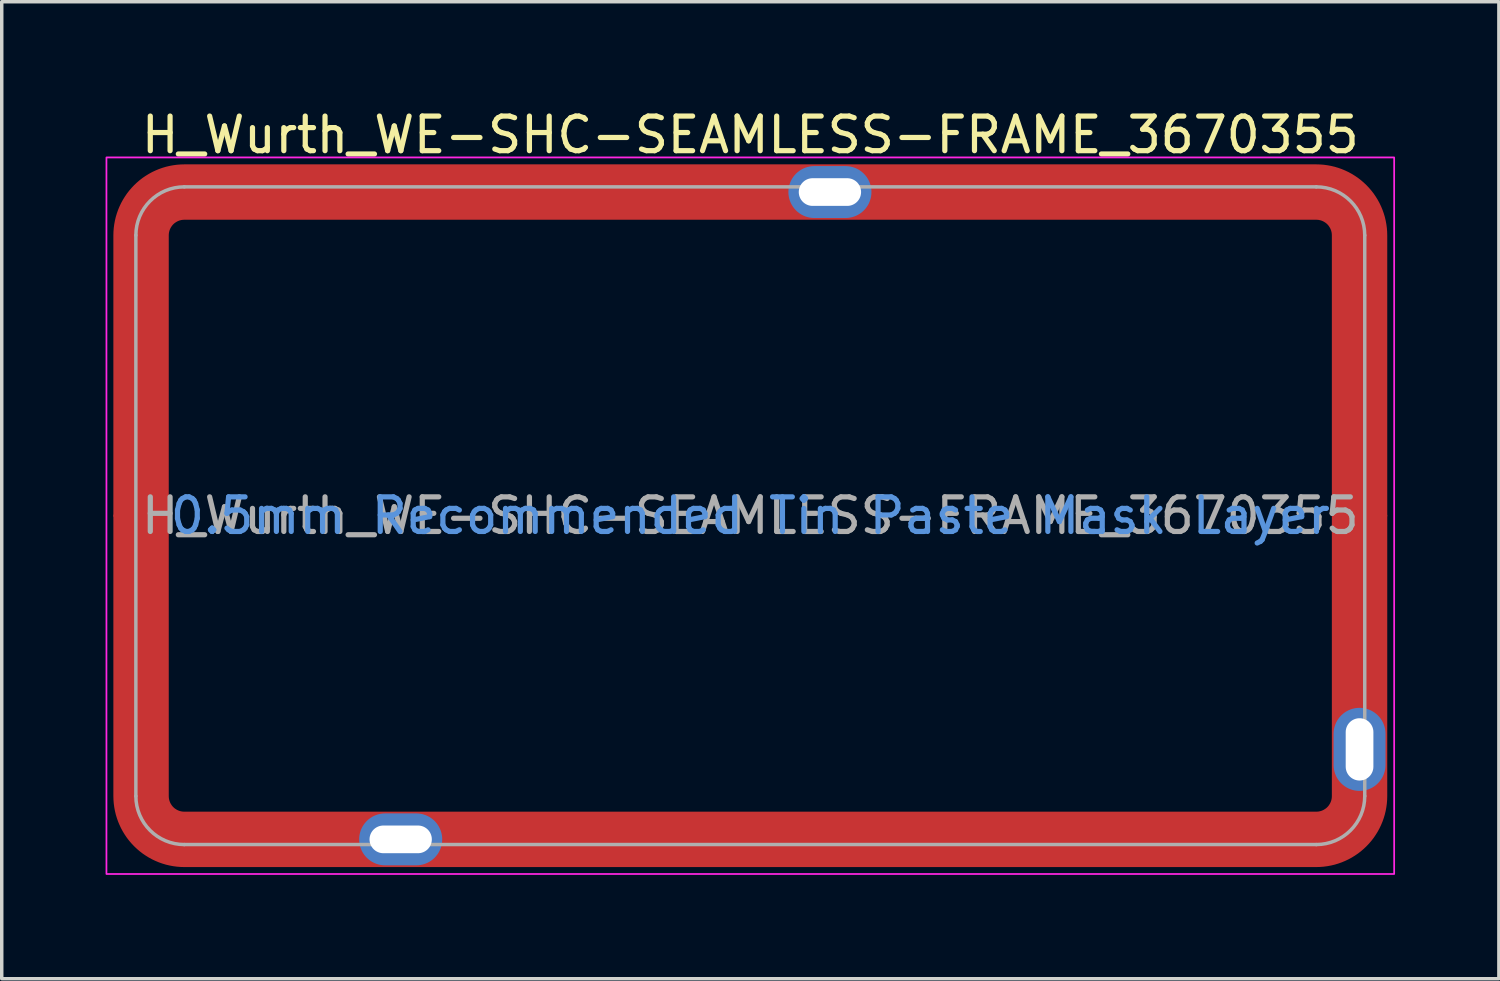
<source format=kicad_pcb>
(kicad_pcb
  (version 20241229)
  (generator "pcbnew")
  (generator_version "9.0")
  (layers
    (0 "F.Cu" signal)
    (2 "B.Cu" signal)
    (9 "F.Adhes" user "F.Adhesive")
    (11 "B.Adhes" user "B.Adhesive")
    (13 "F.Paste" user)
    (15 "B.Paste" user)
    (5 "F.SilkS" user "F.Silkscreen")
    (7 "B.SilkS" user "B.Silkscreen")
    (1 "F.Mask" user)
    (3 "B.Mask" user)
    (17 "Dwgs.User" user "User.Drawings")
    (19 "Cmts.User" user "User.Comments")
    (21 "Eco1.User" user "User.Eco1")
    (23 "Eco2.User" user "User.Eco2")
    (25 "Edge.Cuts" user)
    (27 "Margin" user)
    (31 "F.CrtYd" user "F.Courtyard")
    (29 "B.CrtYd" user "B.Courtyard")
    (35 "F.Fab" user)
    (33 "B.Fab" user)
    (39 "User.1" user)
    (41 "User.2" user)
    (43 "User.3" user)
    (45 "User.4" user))
  (footprint "H_Wurth_WE-SHC-SEAMLESS-FRAME_3670355"
    (layer "F.Cu")
    (at 18.625 11.848)
    (property "Reference" "H_Wurth_WE-SHC-SEAMLESS-FRAME_3670355" (at 0 -11 0) (unlocked yes) (layer "F.SilkS") (effects (font (size 1 1) (thickness 0.15))))
    (attr smd)
    (fp_poly (pts (xy -16.85 0.004) (xy -18.35 0.004) (xy -18.35 -8.1) (xy -18.347 -8.205) (xy -18.339 -8.309) (xy -18.325 -8.413) (xy -18.306 -8.516) (xy -18.282 -8.618) (xy -18.252 -8.718) (xy -18.217 -8.817) (xy -18.177 -8.913) (xy -18.132 -9.008) (xy -18.082 -9.1) (xy -18.027 -9.189) (xy -17.968 -9.276) (xy -17.904 -9.359) (xy -17.836 -9.438) (xy -17.764 -9.514) (xy -17.688 -9.586) (xy -17.609 -9.654) (xy -17.526 -9.718) (xy -17.439 -9.777) (xy -17.35 -9.832) (xy -17.258 -9.882) (xy -17.163 -9.927) (xy -17.067 -9.967) (xy -16.968 -10.002) (xy -16.868 -10.032) (xy -16.766 -10.056) (xy -16.663 -10.075) (xy -16.559 -10.089) (xy -16.455 -10.097) (xy -16.35 -10.1) (xy 16.35 -10.1) (xy 16.455 -10.097) (xy 16.559 -10.089) (xy 16.663 -10.075) (xy 16.766 -10.056) (xy 16.868 -10.032) (xy 16.968 -10.002) (xy 17.067 -9.967) (xy 17.163 -9.927) (xy 17.258 -9.882) (xy 17.35 -9.832) (xy 17.439 -9.777) (xy 17.526 -9.718) (xy 17.609 -9.654) (xy 17.688 -9.586) (xy 17.764 -9.514) (xy 17.836 -9.438) (xy 17.904 -9.359) (xy 17.968 -9.276) (xy 18.027 -9.189) (xy 18.082 -9.1) (xy 18.132 -9.008) (xy 18.177 -8.913) (xy 18.217 -8.817) (xy 18.252 -8.718) (xy 18.282 -8.618) (xy 18.306 -8.516) (xy 18.325 -8.413) (xy 18.339 -8.309) (xy 18.347 -8.205) (xy 18.35 -8.1) (xy 18.35 0.004) (xy 16.85 0.004) (xy 16.85 -8.1) (xy 16.849 -8.126) (xy 16.847 -8.152) (xy 16.844 -8.178) (xy 16.839 -8.204) (xy 16.833 -8.229) (xy 16.826 -8.255) (xy 16.817 -8.279) (xy 16.807 -8.303) (xy 16.796 -8.327) (xy 16.783 -8.35) (xy 16.769 -8.372) (xy 16.755 -8.394) (xy 16.739 -8.415) (xy 16.722 -8.435) (xy 16.704 -8.454) (xy 16.685 -8.472) (xy 16.665 -8.489) (xy 16.644 -8.505) (xy 16.622 -8.519) (xy 16.6 -8.533) (xy 16.577 -8.546) (xy 16.553 -8.557) (xy 16.529 -8.567) (xy 16.505 -8.576) (xy 16.479 -8.583) (xy 16.454 -8.589) (xy 16.428 -8.594) (xy 16.402 -8.597) (xy 16.376 -8.599) (xy 16.35 -8.6) (xy -16.35 -8.6) (xy -16.376 -8.599) (xy -16.402 -8.597) (xy -16.428 -8.594) (xy -16.454 -8.589) (xy -16.479 -8.583) (xy -16.505 -8.576) (xy -16.529 -8.567) (xy -16.553 -8.557) (xy -16.577 -8.546) (xy -16.6 -8.533) (xy -16.622 -8.519) (xy -16.644 -8.505) (xy -16.665 -8.489) (xy -16.685 -8.472) (xy -16.704 -8.454) (xy -16.722 -8.435) (xy -16.739 -8.415) (xy -16.755 -8.394) (xy -16.769 -8.372) (xy -16.783 -8.35) (xy -16.796 -8.327) (xy -16.807 -8.303) (xy -16.817 -8.279) (xy -16.826 -8.255) (xy -16.833 -8.229) (xy -16.839 -8.204) (xy -16.844 -8.178) (xy -16.847 -8.152) (xy -16.849 -8.126) (xy -16.85 -8.1) (xy -16.85 -0.25)) (stroke (width 0.1) (type solid)) (fill yes) (layer "F.Cu"))
    (fp_poly (pts (xy 16.85 -0.004) (xy 18.35 -0.004) (xy 18.35 8.1) (xy 18.347 8.205) (xy 18.339 8.309) (xy 18.325 8.413) (xy 18.306 8.516) (xy 18.282 8.618) (xy 18.252 8.718) (xy 18.217 8.817) (xy 18.177 8.913) (xy 18.132 9.008) (xy 18.082 9.1) (xy 18.027 9.189) (xy 17.968 9.276) (xy 17.904 9.359) (xy 17.836 9.438) (xy 17.764 9.514) (xy 17.688 9.586) (xy 17.609 9.654) (xy 17.526 9.718) (xy 17.439 9.777) (xy 17.35 9.832) (xy 17.258 9.882) (xy 17.163 9.927) (xy 17.067 9.967) (xy 16.968 10.002) (xy 16.868 10.032) (xy 16.766 10.056) (xy 16.663 10.075) (xy 16.559 10.089) (xy 16.455 10.097) (xy 16.35 10.1) (xy -16.35 10.1) (xy -16.455 10.097) (xy -16.559 10.089) (xy -16.663 10.075) (xy -16.766 10.056) (xy -16.868 10.032) (xy -16.968 10.002) (xy -17.067 9.967) (xy -17.163 9.927) (xy -17.258 9.882) (xy -17.35 9.832) (xy -17.439 9.777) (xy -17.526 9.718) (xy -17.609 9.654) (xy -17.688 9.586) (xy -17.764 9.514) (xy -17.836 9.438) (xy -17.904 9.359) (xy -17.968 9.276) (xy -18.027 9.189) (xy -18.082 9.1) (xy -18.132 9.008) (xy -18.177 8.913) (xy -18.217 8.817) (xy -18.252 8.718) (xy -18.282 8.618) (xy -18.306 8.516) (xy -18.325 8.413) (xy -18.339 8.309) (xy -18.347 8.205) (xy -18.35 8.1) (xy -18.35 -0.004) (xy -16.85 -0.004) (xy -16.85 8.1) (xy -16.849 8.126) (xy -16.847 8.152) (xy -16.844 8.178) (xy -16.839 8.204) (xy -16.833 8.229) (xy -16.826 8.255) (xy -16.817 8.279) (xy -16.807 8.303) (xy -16.796 8.327) (xy -16.783 8.35) (xy -16.769 8.372) (xy -16.755 8.394) (xy -16.739 8.415) (xy -16.722 8.435) (xy -16.704 8.454) (xy -16.685 8.472) (xy -16.665 8.489) (xy -16.644 8.505) (xy -16.622 8.519) (xy -16.6 8.533) (xy -16.577 8.546) (xy -16.553 8.557) (xy -16.529 8.567) (xy -16.505 8.576) (xy -16.479 8.583) (xy -16.454 8.589) (xy -16.428 8.594) (xy -16.402 8.597) (xy -16.376 8.599) (xy -16.35 8.6) (xy 16.35 8.6) (xy 16.376 8.599) (xy 16.402 8.597) (xy 16.428 8.594) (xy 16.454 8.589) (xy 16.479 8.583) (xy 16.505 8.576) (xy 16.529 8.567) (xy 16.553 8.557) (xy 16.577 8.546) (xy 16.6 8.533) (xy 16.622 8.519) (xy 16.644 8.505) (xy 16.665 8.489) (xy 16.685 8.472) (xy 16.704 8.454) (xy 16.722 8.435) (xy 16.739 8.415) (xy 16.755 8.394) (xy 16.769 8.372) (xy 16.783 8.35) (xy 16.796 8.327) (xy 16.807 8.303) (xy 16.817 8.279) (xy 16.826 8.255) (xy 16.833 8.229) (xy 16.839 8.204) (xy 16.844 8.178) (xy 16.847 8.152) (xy 16.849 8.126) (xy 16.85 8.1) (xy 16.85 0.25)) (stroke (width 0.1) (type solid)) (fill yes) (layer "F.Cu"))
    (fp_poly (pts (xy -16.85 0.004) (xy -18.35 0.004) (xy -18.35 -8.1) (xy -18.347 -8.205) (xy -18.339 -8.309) (xy -18.325 -8.413) (xy -18.306 -8.516) (xy -18.282 -8.618) (xy -18.252 -8.718) (xy -18.217 -8.817) (xy -18.177 -8.913) (xy -18.132 -9.008) (xy -18.082 -9.1) (xy -18.027 -9.189) (xy -17.968 -9.276) (xy -17.904 -9.359) (xy -17.836 -9.438) (xy -17.764 -9.514) (xy -17.688 -9.586) (xy -17.609 -9.654) (xy -17.526 -9.718) (xy -17.439 -9.777) (xy -17.35 -9.832) (xy -17.258 -9.882) (xy -17.163 -9.927) (xy -17.067 -9.967) (xy -16.968 -10.002) (xy -16.868 -10.032) (xy -16.766 -10.056) (xy -16.663 -10.075) (xy -16.559 -10.089) (xy -16.455 -10.097) (xy -16.35 -10.1) (xy 16.35 -10.1) (xy 16.455 -10.097) (xy 16.559 -10.089) (xy 16.663 -10.075) (xy 16.766 -10.056) (xy 16.868 -10.032) (xy 16.968 -10.002) (xy 17.067 -9.967) (xy 17.163 -9.927) (xy 17.258 -9.882) (xy 17.35 -9.832) (xy 17.439 -9.777) (xy 17.526 -9.718) (xy 17.609 -9.654) (xy 17.688 -9.586) (xy 17.764 -9.514) (xy 17.836 -9.438) (xy 17.904 -9.359) (xy 17.968 -9.276) (xy 18.027 -9.189) (xy 18.082 -9.1) (xy 18.132 -9.008) (xy 18.177 -8.913) (xy 18.217 -8.817) (xy 18.252 -8.718) (xy 18.282 -8.618) (xy 18.306 -8.516) (xy 18.325 -8.413) (xy 18.339 -8.309) (xy 18.347 -8.205) (xy 18.35 -8.1) (xy 18.35 0.004) (xy 16.85 0.004) (xy 16.85 -8.1) (xy 16.849 -8.126) (xy 16.847 -8.152) (xy 16.844 -8.178) (xy 16.839 -8.204) (xy 16.833 -8.229) (xy 16.826 -8.255) (xy 16.817 -8.279) (xy 16.807 -8.303) (xy 16.796 -8.327) (xy 16.783 -8.35) (xy 16.769 -8.372) (xy 16.755 -8.394) (xy 16.739 -8.415) (xy 16.722 -8.435) (xy 16.704 -8.454) (xy 16.685 -8.472) (xy 16.665 -8.489) (xy 16.644 -8.505) (xy 16.622 -8.519) (xy 16.6 -8.533) (xy 16.577 -8.546) (xy 16.553 -8.557) (xy 16.529 -8.567) (xy 16.505 -8.576) (xy 16.479 -8.583) (xy 16.454 -8.589) (xy 16.428 -8.594) (xy 16.402 -8.597) (xy 16.376 -8.599) (xy 16.35 -8.6) (xy -16.35 -8.6) (xy -16.376 -8.599) (xy -16.402 -8.597) (xy -16.428 -8.594) (xy -16.454 -8.589) (xy -16.479 -8.583) (xy -16.505 -8.576) (xy -16.529 -8.567) (xy -16.553 -8.557) (xy -16.577 -8.546) (xy -16.6 -8.533) (xy -16.622 -8.519) (xy -16.644 -8.505) (xy -16.665 -8.489) (xy -16.685 -8.472) (xy -16.704 -8.454) (xy -16.722 -8.435) (xy -16.739 -8.415) (xy -16.755 -8.394) (xy -16.769 -8.372) (xy -16.783 -8.35) (xy -16.796 -8.327) (xy -16.807 -8.303) (xy -16.817 -8.279) (xy -16.826 -8.255) (xy -16.833 -8.229) (xy -16.839 -8.204) (xy -16.844 -8.178) (xy -16.847 -8.152) (xy -16.849 -8.126) (xy -16.85 -8.1) (xy -16.85 -0.25)) (stroke (width 0.1) (type solid)) (fill yes) (layer "F.Mask"))
    (fp_poly (pts (xy 16.85 -0.004) (xy 18.35 -0.004) (xy 18.35 8.1) (xy 18.347 8.205) (xy 18.339 8.309) (xy 18.325 8.413) (xy 18.306 8.516) (xy 18.282 8.618) (xy 18.252 8.718) (xy 18.217 8.817) (xy 18.177 8.913) (xy 18.132 9.008) (xy 18.082 9.1) (xy 18.027 9.189) (xy 17.968 9.276) (xy 17.904 9.359) (xy 17.836 9.438) (xy 17.764 9.514) (xy 17.688 9.586) (xy 17.609 9.654) (xy 17.526 9.718) (xy 17.439 9.777) (xy 17.35 9.832) (xy 17.258 9.882) (xy 17.163 9.927) (xy 17.067 9.967) (xy 16.968 10.002) (xy 16.868 10.032) (xy 16.766 10.056) (xy 16.663 10.075) (xy 16.559 10.089) (xy 16.455 10.097) (xy 16.35 10.1) (xy -16.35 10.1) (xy -16.455 10.097) (xy -16.559 10.089) (xy -16.663 10.075) (xy -16.766 10.056) (xy -16.868 10.032) (xy -16.968 10.002) (xy -17.067 9.967) (xy -17.163 9.927) (xy -17.258 9.882) (xy -17.35 9.832) (xy -17.439 9.777) (xy -17.526 9.718) (xy -17.609 9.654) (xy -17.688 9.586) (xy -17.764 9.514) (xy -17.836 9.438) (xy -17.904 9.359) (xy -17.968 9.276) (xy -18.027 9.189) (xy -18.082 9.1) (xy -18.132 9.008) (xy -18.177 8.913) (xy -18.217 8.817) (xy -18.252 8.718) (xy -18.282 8.618) (xy -18.306 8.516) (xy -18.325 8.413) (xy -18.339 8.309) (xy -18.347 8.205) (xy -18.35 8.1) (xy -18.35 -0.004) (xy -16.85 -0.004) (xy -16.85 8.1) (xy -16.849 8.126) (xy -16.847 8.152) (xy -16.844 8.178) (xy -16.839 8.204) (xy -16.833 8.229) (xy -16.826 8.255) (xy -16.817 8.279) (xy -16.807 8.303) (xy -16.796 8.327) (xy -16.783 8.35) (xy -16.769 8.372) (xy -16.755 8.394) (xy -16.739 8.415) (xy -16.722 8.435) (xy -16.704 8.454) (xy -16.685 8.472) (xy -16.665 8.489) (xy -16.644 8.505) (xy -16.622 8.519) (xy -16.6 8.533) (xy -16.577 8.546) (xy -16.553 8.557) (xy -16.529 8.567) (xy -16.505 8.576) (xy -16.479 8.583) (xy -16.454 8.589) (xy -16.428 8.594) (xy -16.402 8.597) (xy -16.376 8.599) (xy -16.35 8.6) (xy 16.35 8.6) (xy 16.376 8.599) (xy 16.402 8.597) (xy 16.428 8.594) (xy 16.454 8.589) (xy 16.479 8.583) (xy 16.505 8.576) (xy 16.529 8.567) (xy 16.553 8.557) (xy 16.577 8.546) (xy 16.6 8.533) (xy 16.622 8.519) (xy 16.644 8.505) (xy 16.665 8.489) (xy 16.685 8.472) (xy 16.704 8.454) (xy 16.722 8.435) (xy 16.739 8.415) (xy 16.755 8.394) (xy 16.769 8.372) (xy 16.783 8.35) (xy 16.796 8.327) (xy 16.807 8.303) (xy 16.817 8.279) (xy 16.826 8.255) (xy 16.833 8.229) (xy 16.839 8.204) (xy 16.844 8.178) (xy 16.847 8.152) (xy 16.849 8.126) (xy 16.85 8.1) (xy 16.85 0.25)) (stroke (width 0.1) (type solid)) (fill yes) (layer "F.Mask"))
    (fp_poly (pts (xy -16.85 0.004) (xy -18.35 0.004) (xy -18.35 -8.1) (xy -18.347 -8.205) (xy -18.339 -8.309) (xy -18.325 -8.413) (xy -18.306 -8.516) (xy -18.282 -8.618) (xy -18.252 -8.718) (xy -18.217 -8.817) (xy -18.177 -8.913) (xy -18.132 -9.008) (xy -18.082 -9.1) (xy -18.027 -9.189) (xy -17.968 -9.276) (xy -17.904 -9.359) (xy -17.836 -9.438) (xy -17.764 -9.514) (xy -17.688 -9.586) (xy -17.609 -9.654) (xy -17.526 -9.718) (xy -17.439 -9.777) (xy -17.35 -9.832) (xy -17.258 -9.882) (xy -17.163 -9.927) (xy -17.067 -9.967) (xy -16.968 -10.002) (xy -16.868 -10.032) (xy -16.766 -10.056) (xy -16.663 -10.075) (xy -16.559 -10.089) (xy -16.455 -10.097) (xy -16.35 -10.1) (xy 16.35 -10.1) (xy 16.455 -10.097) (xy 16.559 -10.089) (xy 16.663 -10.075) (xy 16.766 -10.056) (xy 16.868 -10.032) (xy 16.968 -10.002) (xy 17.067 -9.967) (xy 17.163 -9.927) (xy 17.258 -9.882) (xy 17.35 -9.832) (xy 17.439 -9.777) (xy 17.526 -9.718) (xy 17.609 -9.654) (xy 17.688 -9.586) (xy 17.764 -9.514) (xy 17.836 -9.438) (xy 17.904 -9.359) (xy 17.968 -9.276) (xy 18.027 -9.189) (xy 18.082 -9.1) (xy 18.132 -9.008) (xy 18.177 -8.913) (xy 18.217 -8.817) (xy 18.252 -8.718) (xy 18.282 -8.618) (xy 18.306 -8.516) (xy 18.325 -8.413) (xy 18.339 -8.309) (xy 18.347 -8.205) (xy 18.35 -8.1) (xy 18.35 0.004) (xy 16.85 0.004) (xy 16.85 -8.1) (xy 16.849 -8.126) (xy 16.847 -8.152) (xy 16.844 -8.178) (xy 16.839 -8.204) (xy 16.833 -8.229) (xy 16.826 -8.255) (xy 16.817 -8.279) (xy 16.807 -8.303) (xy 16.796 -8.327) (xy 16.783 -8.35) (xy 16.769 -8.372) (xy 16.755 -8.394) (xy 16.739 -8.415) (xy 16.722 -8.435) (xy 16.704 -8.454) (xy 16.685 -8.472) (xy 16.665 -8.489) (xy 16.644 -8.505) (xy 16.622 -8.519) (xy 16.6 -8.533) (xy 16.577 -8.546) (xy 16.553 -8.557) (xy 16.529 -8.567) (xy 16.505 -8.576) (xy 16.479 -8.583) (xy 16.454 -8.589) (xy 16.428 -8.594) (xy 16.402 -8.597) (xy 16.376 -8.599) (xy 16.35 -8.6) (xy -16.35 -8.6) (xy -16.376 -8.599) (xy -16.402 -8.597) (xy -16.428 -8.594) (xy -16.454 -8.589) (xy -16.479 -8.583) (xy -16.505 -8.576) (xy -16.529 -8.567) (xy -16.553 -8.557) (xy -16.577 -8.546) (xy -16.6 -8.533) (xy -16.622 -8.519) (xy -16.644 -8.505) (xy -16.665 -8.489) (xy -16.685 -8.472) (xy -16.704 -8.454) (xy -16.722 -8.435) (xy -16.739 -8.415) (xy -16.755 -8.394) (xy -16.769 -8.372) (xy -16.783 -8.35) (xy -16.796 -8.327) (xy -16.807 -8.303) (xy -16.817 -8.279) (xy -16.826 -8.255) (xy -16.833 -8.229) (xy -16.839 -8.204) (xy -16.844 -8.178) (xy -16.847 -8.152) (xy -16.849 -8.126) (xy -16.85 -8.1) (xy -16.85 -0.25)) (stroke (width 0.1) (type solid)) (fill yes) (layer "F.Paste"))
    (fp_poly (pts (xy 16.85 -0.004) (xy 18.35 -0.004) (xy 18.35 8.1) (xy 18.347 8.205) (xy 18.339 8.309) (xy 18.325 8.413) (xy 18.306 8.516) (xy 18.282 8.618) (xy 18.252 8.718) (xy 18.217 8.817) (xy 18.177 8.913) (xy 18.132 9.008) (xy 18.082 9.1) (xy 18.027 9.189) (xy 17.968 9.276) (xy 17.904 9.359) (xy 17.836 9.438) (xy 17.764 9.514) (xy 17.688 9.586) (xy 17.609 9.654) (xy 17.526 9.718) (xy 17.439 9.777) (xy 17.35 9.832) (xy 17.258 9.882) (xy 17.163 9.927) (xy 17.067 9.967) (xy 16.968 10.002) (xy 16.868 10.032) (xy 16.766 10.056) (xy 16.663 10.075) (xy 16.559 10.089) (xy 16.455 10.097) (xy 16.35 10.1) (xy -16.35 10.1) (xy -16.455 10.097) (xy -16.559 10.089) (xy -16.663 10.075) (xy -16.766 10.056) (xy -16.868 10.032) (xy -16.968 10.002) (xy -17.067 9.967) (xy -17.163 9.927) (xy -17.258 9.882) (xy -17.35 9.832) (xy -17.439 9.777) (xy -17.526 9.718) (xy -17.609 9.654) (xy -17.688 9.586) (xy -17.764 9.514) (xy -17.836 9.438) (xy -17.904 9.359) (xy -17.968 9.276) (xy -18.027 9.189) (xy -18.082 9.1) (xy -18.132 9.008) (xy -18.177 8.913) (xy -18.217 8.817) (xy -18.252 8.718) (xy -18.282 8.618) (xy -18.306 8.516) (xy -18.325 8.413) (xy -18.339 8.309) (xy -18.347 8.205) (xy -18.35 8.1) (xy -18.35 -0.004) (xy -16.85 -0.004) (xy -16.85 8.1) (xy -16.849 8.126) (xy -16.847 8.152) (xy -16.844 8.178) (xy -16.839 8.204) (xy -16.833 8.229) (xy -16.826 8.255) (xy -16.817 8.279) (xy -16.807 8.303) (xy -16.796 8.327) (xy -16.783 8.35) (xy -16.769 8.372) (xy -16.755 8.394) (xy -16.739 8.415) (xy -16.722 8.435) (xy -16.704 8.454) (xy -16.685 8.472) (xy -16.665 8.489) (xy -16.644 8.505) (xy -16.622 8.519) (xy -16.6 8.533) (xy -16.577 8.546) (xy -16.553 8.557) (xy -16.529 8.567) (xy -16.505 8.576) (xy -16.479 8.583) (xy -16.454 8.589) (xy -16.428 8.594) (xy -16.402 8.597) (xy -16.376 8.599) (xy -16.35 8.6) (xy 16.35 8.6) (xy 16.376 8.599) (xy 16.402 8.597) (xy 16.428 8.594) (xy 16.454 8.589) (xy 16.479 8.583) (xy 16.505 8.576) (xy 16.529 8.567) (xy 16.553 8.557) (xy 16.577 8.546) (xy 16.6 8.533) (xy 16.622 8.519) (xy 16.644 8.505) (xy 16.665 8.489) (xy 16.685 8.472) (xy 16.704 8.454) (xy 16.722 8.435) (xy 16.739 8.415) (xy 16.755 8.394) (xy 16.769 8.372) (xy 16.783 8.35) (xy 16.796 8.327) (xy 16.807 8.303) (xy 16.817 8.279) (xy 16.826 8.255) (xy 16.833 8.229) (xy 16.839 8.204) (xy 16.844 8.178) (xy 16.847 8.152) (xy 16.849 8.126) (xy 16.85 8.1) (xy 16.85 0.25)) (stroke (width 0.1) (type solid)) (fill yes) (layer "F.Paste"))
    (fp_rect (start -18.6 -10.35) (end 18.6 10.35) (stroke (width 0.05) (type solid)) (fill no) (layer "F.CrtYd"))
    (fp_line (start -17.75 8.1) (end -17.75 -8.1) (stroke (width 0.1) (type solid)) (layer "F.Fab"))
    (fp_line (start -16.35 -9.5) (end 16.35 -9.5) (stroke (width 0.1) (type solid)) (layer "F.Fab"))
    (fp_line (start -16.35 9.5) (end 16.35 9.5) (stroke (width 0.1) (type solid)) (layer "F.Fab"))
    (fp_line (start 17.75 8.1) (end 17.75 -8.1) (stroke (width 0.1) (type solid)) (layer "F.Fab"))
    (fp_arc (start -17.75 -8.1) (mid -17.33995 -9.089948) (end -16.350001 -9.499999) (stroke (width 0.1) (type default)) (layer "F.Fab"))
    (fp_arc (start -16.35 9.5) (mid -17.339948 9.08995) (end -17.749999 8.100001) (stroke (width 0.1) (type default)) (layer "F.Fab"))
    (fp_arc (start 16.35 -9.5) (mid 17.339948 -9.08995) (end 17.749999 -8.100001) (stroke (width 0.1) (type default)) (layer "F.Fab"))
    (fp_arc (start 17.75 8.1) (mid 17.33995 9.089948) (end 16.350001 9.499999) (stroke (width 0.1) (type default)) (layer "F.Fab"))
    (fp_text user "0.5mm Recommended Tin Paste Mask Layer" (at 0 0 0) (unlocked yes) (layer "Cmts.User") (effects (font (size 1 1) (thickness 0.15))))
    (fp_text user "${REFERENCE}" (at 0 0 0) (unlocked yes) (layer "F.Fab") (effects (font (size 1 1) (thickness 0.15))))
    (pad "1" thru_hole oval (at -10.1 9.35) (size 2.4 1.5) (drill oval 1.8 0.8) (layers "*.Cu" "*.Mask"))
    (pad "1" thru_hole oval (at 2.3 -9.35) (size 2.4 1.5) (drill oval 1.8 0.8) (layers "*.Cu" "*.Mask"))
    (pad "1" thru_hole oval (at 17.6 6.75) (size 1.5 2.4) (drill oval 0.8 1.8) (layers "*.Cu" "*.Mask")))
  (gr_rect
    (start -3 -3)
    (end 40.25 25.223)
    (stroke (width 0.1) (type default))
    (fill no)
    (layer "Edge.Cuts")))
</source>
